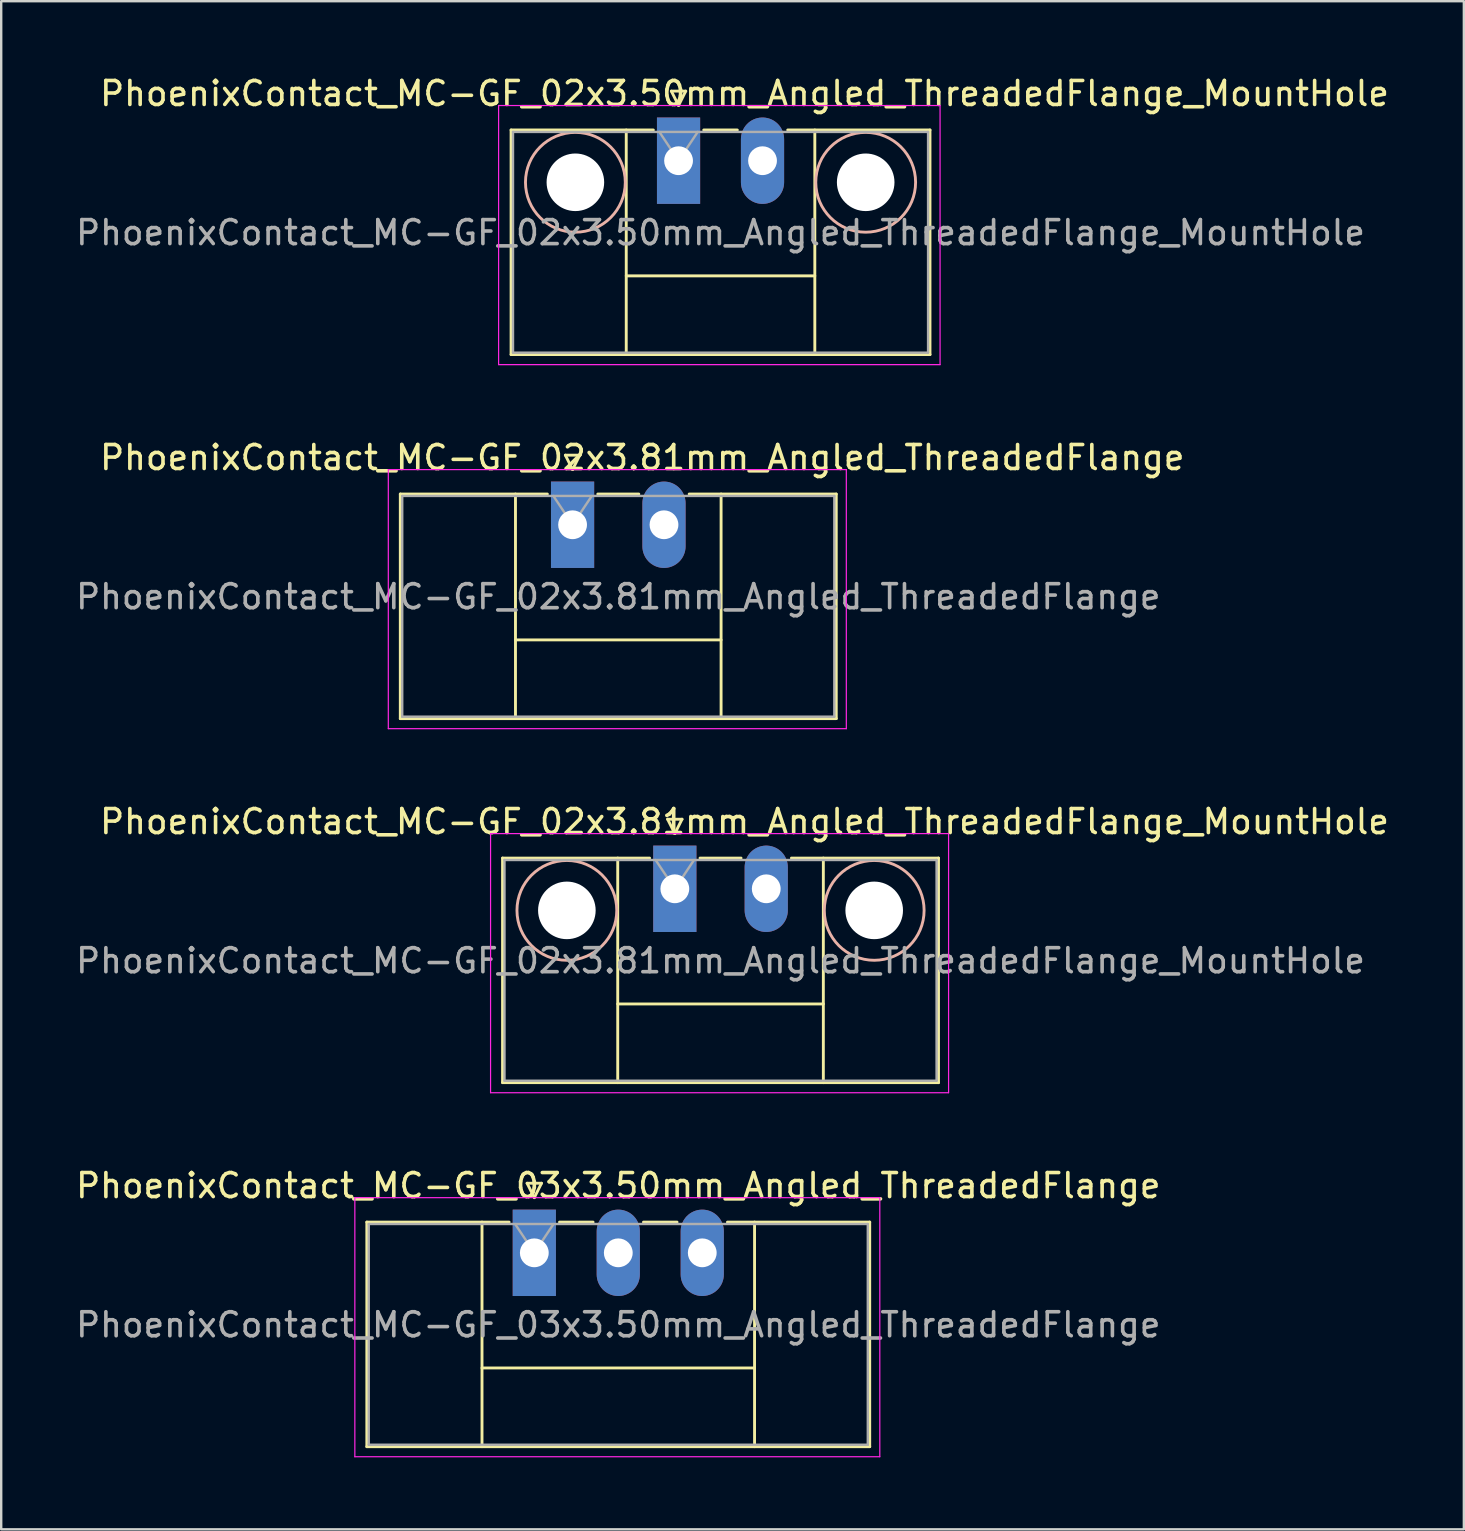
<source format=kicad_pcb>
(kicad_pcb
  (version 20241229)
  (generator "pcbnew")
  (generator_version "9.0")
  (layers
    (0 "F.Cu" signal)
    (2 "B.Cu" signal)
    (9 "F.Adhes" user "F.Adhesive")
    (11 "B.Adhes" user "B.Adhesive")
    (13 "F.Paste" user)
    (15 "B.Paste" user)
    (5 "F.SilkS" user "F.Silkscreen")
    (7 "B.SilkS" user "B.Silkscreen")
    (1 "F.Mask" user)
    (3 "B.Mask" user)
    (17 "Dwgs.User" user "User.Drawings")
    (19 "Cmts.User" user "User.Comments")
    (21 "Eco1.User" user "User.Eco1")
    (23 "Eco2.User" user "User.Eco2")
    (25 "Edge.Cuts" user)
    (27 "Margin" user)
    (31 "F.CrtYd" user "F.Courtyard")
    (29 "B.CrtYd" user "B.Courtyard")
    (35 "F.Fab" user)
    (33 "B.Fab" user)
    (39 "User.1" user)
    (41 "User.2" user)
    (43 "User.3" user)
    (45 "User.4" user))
  (footprint "PhoenixContact_MC-GF_02x3.81mm_Angled_ThreadedFlange"
    (layer "F.Cu")
    (at 20.815 18.822)
    (property "Reference" "PhoenixContact_MC-GF_02x3.81mm_Angled_ThreadedFlange" (at 2.905 -2.8 0) (layer "F.SilkS") (effects (font (size 1 1) (thickness 0.15))))
    (attr through_hole)
    (fp_line (start -7.18 -1.28) (end -7.18 8.08) (stroke (width 0.12) (type solid)) (layer "F.SilkS"))
    (fp_line (start -7.18 -1.28) (end -1.05 -1.28) (stroke (width 0.12) (type solid)) (layer "F.SilkS"))
    (fp_line (start -7.18 8.08) (end 10.99 8.08) (stroke (width 0.12) (type solid)) (layer "F.SilkS"))
    (fp_line (start -2.38 -1.28) (end -2.38 8.08) (stroke (width 0.12) (type solid)) (layer "F.SilkS"))
    (fp_line (start -2.38 4.8) (end 6.19 4.8) (stroke (width 0.12) (type solid)) (layer "F.SilkS"))
    (fp_line (start -0.3 -2.9) (end 0.3 -2.9) (stroke (width 0.12) (type solid)) (layer "F.SilkS"))
    (fp_line (start 0 -2.3) (end -0.3 -2.9) (stroke (width 0.12) (type solid)) (layer "F.SilkS"))
    (fp_line (start 0.3 -2.9) (end 0 -2.3) (stroke (width 0.12) (type solid)) (layer "F.SilkS"))
    (fp_line (start 1.05 -1.28) (end 2.76 -1.28) (stroke (width 0.12) (type solid)) (layer "F.SilkS"))
    (fp_line (start 6.19 -1.28) (end 6.19 8.08) (stroke (width 0.12) (type solid)) (layer "F.SilkS"))
    (fp_line (start 10.99 -1.28) (end 4.86 -1.28) (stroke (width 0.12) (type solid)) (layer "F.SilkS"))
    (fp_line (start 10.99 8.08) (end 10.99 -1.28) (stroke (width 0.12) (type solid)) (layer "F.SilkS"))
    (fp_line (start -7.68 -2.3) (end -7.68 8.5) (stroke (width 0.05) (type solid)) (layer "F.CrtYd"))
    (fp_line (start -7.68 8.5) (end 11.41 8.5) (stroke (width 0.05) (type solid)) (layer "F.CrtYd"))
    (fp_line (start 11.41 -2.3) (end -7.68 -2.3) (stroke (width 0.05) (type solid)) (layer "F.CrtYd"))
    (fp_line (start 11.41 8.5) (end 11.41 -2.3) (stroke (width 0.05) (type solid)) (layer "F.CrtYd"))
    (fp_line (start -7.1 -1.2) (end -7.1 8) (stroke (width 0.1) (type solid)) (layer "F.Fab"))
    (fp_line (start -7.1 8) (end 10.91 8) (stroke (width 0.1) (type solid)) (layer "F.Fab"))
    (fp_line (start 0 0) (end -0.8 -1.2) (stroke (width 0.1) (type solid)) (layer "F.Fab"))
    (fp_line (start 0.8 -1.2) (end 0 0) (stroke (width 0.1) (type solid)) (layer "F.Fab"))
    (fp_line (start 10.91 -1.2) (end -7.1 -1.2) (stroke (width 0.1) (type solid)) (layer "F.Fab"))
    (fp_line (start 10.91 8) (end 10.91 -1.2) (stroke (width 0.1) (type solid)) (layer "F.Fab"))
    (fp_text user "${REFERENCE}" (at 1.905 3 0) (layer "F.Fab") (effects (font (size 1 1) (thickness 0.15))))
    (pad "1" thru_hole rect (at 0 0) (size 1.8 3.6) (drill 1.2) (layers "*.Cu" "*.Mask"))
    (pad "2" thru_hole oval (at 3.81 0) (size 1.8 3.6) (drill 1.2) (layers "*.Cu" "*.Mask")))
  (footprint "PhoenixContact_MC-GF_03x3.50mm_Angled_ThreadedFlange"
    (layer "F.Cu")
    (at 19.22 49.168)
    (property "Reference" "PhoenixContact_MC-GF_03x3.50mm_Angled_ThreadedFlange" (at 3.5 -2.8 0) (layer "F.SilkS") (effects (font (size 1 1) (thickness 0.15))))
    (attr through_hole)
    (fp_line (start -6.98 -1.28) (end -6.98 8.08) (stroke (width 0.12) (type solid)) (layer "F.SilkS"))
    (fp_line (start -6.98 -1.28) (end -1.05 -1.28) (stroke (width 0.12) (type solid)) (layer "F.SilkS"))
    (fp_line (start -6.98 8.08) (end 13.98 8.08) (stroke (width 0.12) (type solid)) (layer "F.SilkS"))
    (fp_line (start -2.18 -1.28) (end -2.18 8.08) (stroke (width 0.12) (type solid)) (layer "F.SilkS"))
    (fp_line (start -2.18 4.8) (end 9.18 4.8) (stroke (width 0.12) (type solid)) (layer "F.SilkS"))
    (fp_line (start -0.3 -2.9) (end 0.3 -2.9) (stroke (width 0.12) (type solid)) (layer "F.SilkS"))
    (fp_line (start 0 -2.3) (end -0.3 -2.9) (stroke (width 0.12) (type solid)) (layer "F.SilkS"))
    (fp_line (start 0.3 -2.9) (end 0 -2.3) (stroke (width 0.12) (type solid)) (layer "F.SilkS"))
    (fp_line (start 1.05 -1.28) (end 2.45 -1.28) (stroke (width 0.12) (type solid)) (layer "F.SilkS"))
    (fp_line (start 4.55 -1.28) (end 5.95 -1.28) (stroke (width 0.12) (type solid)) (layer "F.SilkS"))
    (fp_line (start 9.18 -1.28) (end 9.18 8.08) (stroke (width 0.12) (type solid)) (layer "F.SilkS"))
    (fp_line (start 13.98 -1.28) (end 8.05 -1.28) (stroke (width 0.12) (type solid)) (layer "F.SilkS"))
    (fp_line (start 13.98 8.08) (end 13.98 -1.28) (stroke (width 0.12) (type solid)) (layer "F.SilkS"))
    (fp_line (start -7.48 -2.3) (end -7.48 8.5) (stroke (width 0.05) (type solid)) (layer "F.CrtYd"))
    (fp_line (start -7.48 8.5) (end 14.4 8.5) (stroke (width 0.05) (type solid)) (layer "F.CrtYd"))
    (fp_line (start 14.4 -2.3) (end -7.48 -2.3) (stroke (width 0.05) (type solid)) (layer "F.CrtYd"))
    (fp_line (start 14.4 8.5) (end 14.4 -2.3) (stroke (width 0.05) (type solid)) (layer "F.CrtYd"))
    (fp_line (start -6.9 -1.2) (end -6.9 8) (stroke (width 0.1) (type solid)) (layer "F.Fab"))
    (fp_line (start -6.9 8) (end 13.9 8) (stroke (width 0.1) (type solid)) (layer "F.Fab"))
    (fp_line (start 0 0) (end -0.8 -1.2) (stroke (width 0.1) (type solid)) (layer "F.Fab"))
    (fp_line (start 0.8 -1.2) (end 0 0) (stroke (width 0.1) (type solid)) (layer "F.Fab"))
    (fp_line (start 13.9 -1.2) (end -6.9 -1.2) (stroke (width 0.1) (type solid)) (layer "F.Fab"))
    (fp_line (start 13.9 8) (end 13.9 -1.2) (stroke (width 0.1) (type solid)) (layer "F.Fab"))
    (fp_text user "${REFERENCE}" (at 3.5 3 0) (layer "F.Fab") (effects (font (size 1 1) (thickness 0.15))))
    (pad "1" thru_hole rect (at 0 0) (size 1.8 3.6) (drill 1.2) (layers "*.Cu" "*.Mask"))
    (pad "2" thru_hole oval (at 3.5 0) (size 1.8 3.6) (drill 1.2) (layers "*.Cu" "*.Mask"))
    (pad "3" thru_hole oval (at 7 0) (size 1.8 3.6) (drill 1.2) (layers "*.Cu" "*.Mask")))
  (footprint "PhoenixContact_MC-GF_02x3.50mm_Angled_ThreadedFlange_MountHole"
    (layer "F.Cu")
    (at 25.232 3.648)
    (property "Reference" "PhoenixContact_MC-GF_02x3.50mm_Angled_ThreadedFlange_MountHole" (at 2.75 -2.8 0) (layer "F.SilkS") (effects (font (size 1 1) (thickness 0.15))))
    (attr through_hole)
    (fp_line (start -6.98 -1.28) (end -6.98 8.08) (stroke (width 0.12) (type solid)) (layer "F.SilkS"))
    (fp_line (start -6.98 -1.28) (end -1.05 -1.28) (stroke (width 0.12) (type solid)) (layer "F.SilkS"))
    (fp_line (start -6.98 8.08) (end 10.48 8.08) (stroke (width 0.12) (type solid)) (layer "F.SilkS"))
    (fp_line (start -2.18 -1.28) (end -2.18 8.08) (stroke (width 0.12) (type solid)) (layer "F.SilkS"))
    (fp_line (start -2.18 4.8) (end 5.68 4.8) (stroke (width 0.12) (type solid)) (layer "F.SilkS"))
    (fp_line (start -0.3 -2.9) (end 0.3 -2.9) (stroke (width 0.12) (type solid)) (layer "F.SilkS"))
    (fp_line (start 0 -2.3) (end -0.3 -2.9) (stroke (width 0.12) (type solid)) (layer "F.SilkS"))
    (fp_line (start 0.3 -2.9) (end 0 -2.3) (stroke (width 0.12) (type solid)) (layer "F.SilkS"))
    (fp_line (start 1.05 -1.28) (end 2.45 -1.28) (stroke (width 0.12) (type solid)) (layer "F.SilkS"))
    (fp_line (start 5.68 -1.28) (end 5.68 8.08) (stroke (width 0.12) (type solid)) (layer "F.SilkS"))
    (fp_line (start 10.48 -1.28) (end 4.55 -1.28) (stroke (width 0.12) (type solid)) (layer "F.SilkS"))
    (fp_line (start 10.48 8.08) (end 10.48 -1.28) (stroke (width 0.12) (type solid)) (layer "F.SilkS"))
    (fp_circle (center -4.3 0.9) (end -2.22 0.9) (stroke (width 0.12) (type solid)) (fill no) (layer "B.SilkS"))
    (fp_circle (center 7.8 0.9) (end 9.88 0.9) (stroke (width 0.12) (type solid)) (fill no) (layer "B.SilkS"))
    (fp_line (start -7.5 -2.3) (end -7.5 8.5) (stroke (width 0.05) (type solid)) (layer "F.CrtYd"))
    (fp_line (start -7.5 8.5) (end 10.9 8.5) (stroke (width 0.05) (type solid)) (layer "F.CrtYd"))
    (fp_line (start 10.9 -2.3) (end -7.5 -2.3) (stroke (width 0.05) (type solid)) (layer "F.CrtYd"))
    (fp_line (start 10.9 8.5) (end 10.9 -2.3) (stroke (width 0.05) (type solid)) (layer "F.CrtYd"))
    (fp_line (start -6.9 -1.2) (end -6.9 8) (stroke (width 0.1) (type solid)) (layer "F.Fab"))
    (fp_line (start -6.9 8) (end 10.4 8) (stroke (width 0.1) (type solid)) (layer "F.Fab"))
    (fp_line (start 0 0) (end -0.8 -1.2) (stroke (width 0.1) (type solid)) (layer "F.Fab"))
    (fp_line (start 0.8 -1.2) (end 0 0) (stroke (width 0.1) (type solid)) (layer "F.Fab"))
    (fp_line (start 10.4 -1.2) (end -6.9 -1.2) (stroke (width 0.1) (type solid)) (layer "F.Fab"))
    (fp_line (start 10.4 8) (end 10.4 -1.2) (stroke (width 0.1) (type solid)) (layer "F.Fab"))
    (fp_text user "${REFERENCE}" (at 1.75 3 0) (layer "F.Fab") (effects (font (size 1 1) (thickness 0.15))))
    (pad "" np_thru_hole circle (at -4.3 0.9) (size 2.4 2.4) (drill 2.4) (layers "*.Cu" "*.Mask"))
    (pad "" np_thru_hole circle (at 7.8 0.9) (size 2.4 2.4) (drill 2.4) (layers "*.Cu" "*.Mask"))
    (pad "1" thru_hole rect (at 0 0) (size 1.8 3.6) (drill 1.2) (layers "*.Cu" "*.Mask"))
    (pad "2" thru_hole oval (at 3.5 0) (size 1.8 3.6) (drill 1.2) (layers "*.Cu" "*.Mask")))
  (footprint "PhoenixContact_MC-GF_02x3.81mm_Angled_ThreadedFlange_MountHole"
    (layer "F.Cu")
    (at 25.077 33.995)
    (property "Reference" "PhoenixContact_MC-GF_02x3.81mm_Angled_ThreadedFlange_MountHole" (at 2.905 -2.8 0) (layer "F.SilkS") (effects (font (size 1 1) (thickness 0.15))))
    (attr through_hole)
    (fp_line (start -7.18 -1.28) (end -7.18 8.08) (stroke (width 0.12) (type solid)) (layer "F.SilkS"))
    (fp_line (start -7.18 -1.28) (end -1.05 -1.28) (stroke (width 0.12) (type solid)) (layer "F.SilkS"))
    (fp_line (start -7.18 8.08) (end 10.99 8.08) (stroke (width 0.12) (type solid)) (layer "F.SilkS"))
    (fp_line (start -2.38 -1.28) (end -2.38 8.08) (stroke (width 0.12) (type solid)) (layer "F.SilkS"))
    (fp_line (start -2.38 4.8) (end 6.19 4.8) (stroke (width 0.12) (type solid)) (layer "F.SilkS"))
    (fp_line (start -0.3 -2.9) (end 0.3 -2.9) (stroke (width 0.12) (type solid)) (layer "F.SilkS"))
    (fp_line (start 0 -2.3) (end -0.3 -2.9) (stroke (width 0.12) (type solid)) (layer "F.SilkS"))
    (fp_line (start 0.3 -2.9) (end 0 -2.3) (stroke (width 0.12) (type solid)) (layer "F.SilkS"))
    (fp_line (start 1.05 -1.28) (end 2.76 -1.28) (stroke (width 0.12) (type solid)) (layer "F.SilkS"))
    (fp_line (start 6.19 -1.28) (end 6.19 8.08) (stroke (width 0.12) (type solid)) (layer "F.SilkS"))
    (fp_line (start 10.99 -1.28) (end 4.86 -1.28) (stroke (width 0.12) (type solid)) (layer "F.SilkS"))
    (fp_line (start 10.99 8.08) (end 10.99 -1.28) (stroke (width 0.12) (type solid)) (layer "F.SilkS"))
    (fp_circle (center -4.5 0.9) (end -2.42 0.9) (stroke (width 0.12) (type solid)) (fill no) (layer "B.SilkS"))
    (fp_circle (center 8.31 0.9) (end 10.39 0.9) (stroke (width 0.12) (type solid)) (fill no) (layer "B.SilkS"))
    (fp_line (start -7.68 -2.3) (end -7.68 8.5) (stroke (width 0.05) (type solid)) (layer "F.CrtYd"))
    (fp_line (start -7.68 8.5) (end 11.41 8.5) (stroke (width 0.05) (type solid)) (layer "F.CrtYd"))
    (fp_line (start 11.41 -2.3) (end -7.68 -2.3) (stroke (width 0.05) (type solid)) (layer "F.CrtYd"))
    (fp_line (start 11.41 8.5) (end 11.41 -2.3) (stroke (width 0.05) (type solid)) (layer "F.CrtYd"))
    (fp_line (start -7.1 -1.2) (end -7.1 8) (stroke (width 0.1) (type solid)) (layer "F.Fab"))
    (fp_line (start -7.1 8) (end 10.91 8) (stroke (width 0.1) (type solid)) (layer "F.Fab"))
    (fp_line (start 0 0) (end -0.8 -1.2) (stroke (width 0.1) (type solid)) (layer "F.Fab"))
    (fp_line (start 0.8 -1.2) (end 0 0) (stroke (width 0.1) (type solid)) (layer "F.Fab"))
    (fp_line (start 10.91 -1.2) (end -7.1 -1.2) (stroke (width 0.1) (type solid)) (layer "F.Fab"))
    (fp_line (start 10.91 8) (end 10.91 -1.2) (stroke (width 0.1) (type solid)) (layer "F.Fab"))
    (fp_text user "${REFERENCE}" (at 1.905 3 0) (layer "F.Fab") (effects (font (size 1 1) (thickness 0.15))))
    (pad "" np_thru_hole circle (at -4.5 0.9) (size 2.4 2.4) (drill 2.4) (layers "*.Cu" "*.Mask"))
    (pad "" np_thru_hole circle (at 8.31 0.9) (size 2.4 2.4) (drill 2.4) (layers "*.Cu" "*.Mask"))
    (pad "1" thru_hole rect (at 0 0) (size 1.8 3.6) (drill 1.2) (layers "*.Cu" "*.Mask"))
    (pad "2" thru_hole oval (at 3.81 0) (size 1.8 3.6) (drill 1.2) (layers "*.Cu" "*.Mask")))
  (gr_rect
    (start -3 -3)
    (end 57.964 60.693)
    (stroke (width 0.1) (type default))
    (fill no)
    (layer "Edge.Cuts")))
</source>
